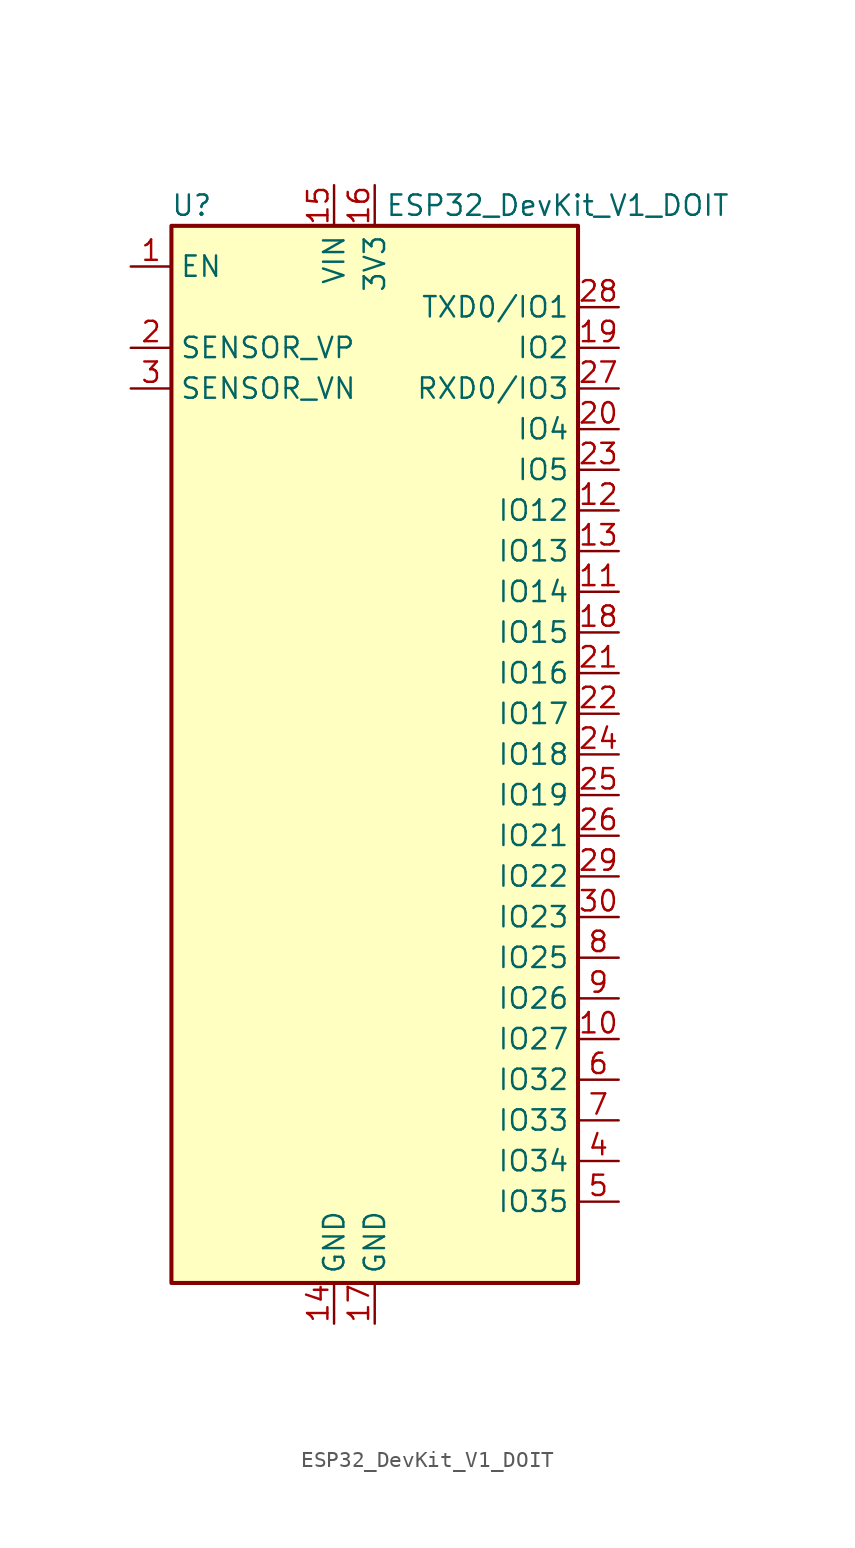
<source format=kicad_sym>
(kicad_symbol_lib
  (version 20241209)
  (generator "kicad_symbol_editor")
  (generator_version "9.0")
  (symbol "ESP32_DevKit_V1_DOIT"
    (property "Reference" "U"
      (at -11.43 34.29 0)
      (effects (font (size 1.27 1.27))))
    (property "Value" "ESP32_DevKit_V1_DOIT"
      (at 11.43 34.29 0)
      (effects (font (size 1.27 1.27))))
    (symbol "ESP32_DevKit_V1_DOIT_1_1"
      (rectangle (start -12.7 33.02) (end 12.7 -33.02) (stroke (width 0.254) (type solid)) (fill (type background)))
      (pin input line (at -15.24 30.48 0) (length 2.54) (name "EN" (effects (font (size 1.27 1.27)))) (number "1" (effects (font (size 1.27 1.27)))))
      (pin input line (at -15.24 25.4 0) (length 2.54) (name "SENSOR_VP" (effects (font (size 1.27 1.27)))) (number "2" (effects (font (size 1.27 1.27)))))
      (pin input line (at -15.24 22.86 0) (length 2.54) (name "SENSOR_VN" (effects (font (size 1.27 1.27)))) (number "3" (effects (font (size 1.27 1.27)))))
      (pin power_in line (at -2.54 35.56 270) (length 2.54) (name "VIN" (effects (font (size 1.27 1.27)))) (number "15" (effects (font (size 1.27 1.27)))))
      (pin power_in line (at -2.54 -35.56 90) (length 2.54) (name "GND" (effects (font (size 1.27 1.27)))) (number "14" (effects (font (size 1.27 1.27)))))
      (pin power_in line (at 0 35.56 270) (length 2.54) (name "3V3" (effects (font (size 1.27 1.27)))) (number "16" (effects (font (size 1.27 1.27)))))
      (pin power_in line (at 0 -35.56 90) (length 2.54) (name "GND" (effects (font (size 1.27 1.27)))) (number "17" (effects (font (size 1.27 1.27)))))
      (pin bidirectional line (at 15.24 27.94 180) (length 2.54) (name "TXD0/IO1" (effects (font (size 1.27 1.27)))) (number "28" (effects (font (size 1.27 1.27)))))
      (pin bidirectional line (at 15.24 25.4 180) (length 2.54) (name "IO2" (effects (font (size 1.27 1.27)))) (number "19" (effects (font (size 1.27 1.27)))))
      (pin bidirectional line (at 15.24 22.86 180) (length 2.54) (name "RXD0/IO3" (effects (font (size 1.27 1.27)))) (number "27" (effects (font (size 1.27 1.27)))))
      (pin bidirectional line (at 15.24 20.32 180) (length 2.54) (name "IO4" (effects (font (size 1.27 1.27)))) (number "20" (effects (font (size 1.27 1.27)))))
      (pin bidirectional line (at 15.24 17.78 180) (length 2.54) (name "IO5" (effects (font (size 1.27 1.27)))) (number "23" (effects (font (size 1.27 1.27)))))
      (pin bidirectional line (at 15.24 15.24 180) (length 2.54) (name "IO12" (effects (font (size 1.27 1.27)))) (number "12" (effects (font (size 1.27 1.27)))))
      (pin bidirectional line (at 15.24 12.7 180) (length 2.54) (name "IO13" (effects (font (size 1.27 1.27)))) (number "13" (effects (font (size 1.27 1.27)))))
      (pin bidirectional line (at 15.24 10.16 180) (length 2.54) (name "IO14" (effects (font (size 1.27 1.27)))) (number "11" (effects (font (size 1.27 1.27)))))
      (pin bidirectional line (at 15.24 7.62 180) (length 2.54) (name "IO15" (effects (font (size 1.27 1.27)))) (number "18" (effects (font (size 1.27 1.27)))))
      (pin bidirectional line (at 15.24 5.08 180) (length 2.54) (name "IO16" (effects (font (size 1.27 1.27)))) (number "21" (effects (font (size 1.27 1.27)))))
      (pin bidirectional line (at 15.24 2.54 180) (length 2.54) (name "IO17" (effects (font (size 1.27 1.27)))) (number "22" (effects (font (size 1.27 1.27)))))
      (pin bidirectional line (at 15.24 0 180) (length 2.54) (name "IO18" (effects (font (size 1.27 1.27)))) (number "24" (effects (font (size 1.27 1.27)))))
      (pin bidirectional line (at 15.24 -2.54 180) (length 2.54) (name "IO19" (effects (font (size 1.27 1.27)))) (number "25" (effects (font (size 1.27 1.27)))))
      (pin bidirectional line (at 15.24 -5.08 180) (length 2.54) (name "IO21" (effects (font (size 1.27 1.27)))) (number "26" (effects (font (size 1.27 1.27)))))
      (pin bidirectional line (at 15.24 -7.62 180) (length 2.54) (name "IO22" (effects (font (size 1.27 1.27)))) (number "29" (effects (font (size 1.27 1.27)))))
      (pin bidirectional line (at 15.24 -10.16 180) (length 2.54) (name "IO23" (effects (font (size 1.27 1.27)))) (number "30" (effects (font (size 1.27 1.27)))))
      (pin bidirectional line (at 15.24 -12.7 180) (length 2.54) (name "IO25" (effects (font (size 1.27 1.27)))) (number "8" (effects (font (size 1.27 1.27)))))
      (pin bidirectional line (at 15.24 -15.24 180) (length 2.54) (name "IO26" (effects (font (size 1.27 1.27)))) (number "9" (effects (font (size 1.27 1.27)))))
      (pin bidirectional line (at 15.24 -17.78 180) (length 2.54) (name "IO27" (effects (font (size 1.27 1.27)))) (number "10" (effects (font (size 1.27 1.27)))))
      (pin bidirectional line (at 15.24 -20.32 180) (length 2.54) (name "IO32" (effects (font (size 1.27 1.27)))) (number "6" (effects (font (size 1.27 1.27)))))
      (pin bidirectional line (at 15.24 -22.86 180) (length 2.54) (name "IO33" (effects (font (size 1.27 1.27)))) (number "7" (effects (font (size 1.27 1.27)))))
      (pin input line (at 15.24 -25.4 180) (length 2.54) (name "IO34" (effects (font (size 1.27 1.27)))) (number "4" (effects (font (size 1.27 1.27)))))
      (pin input line (at 15.24 -27.94 180) (length 2.54) (name "IO35" (effects (font (size 1.27 1.27)))) (number "5" (effects (font (size 1.27 1.27))))))))
</source>
